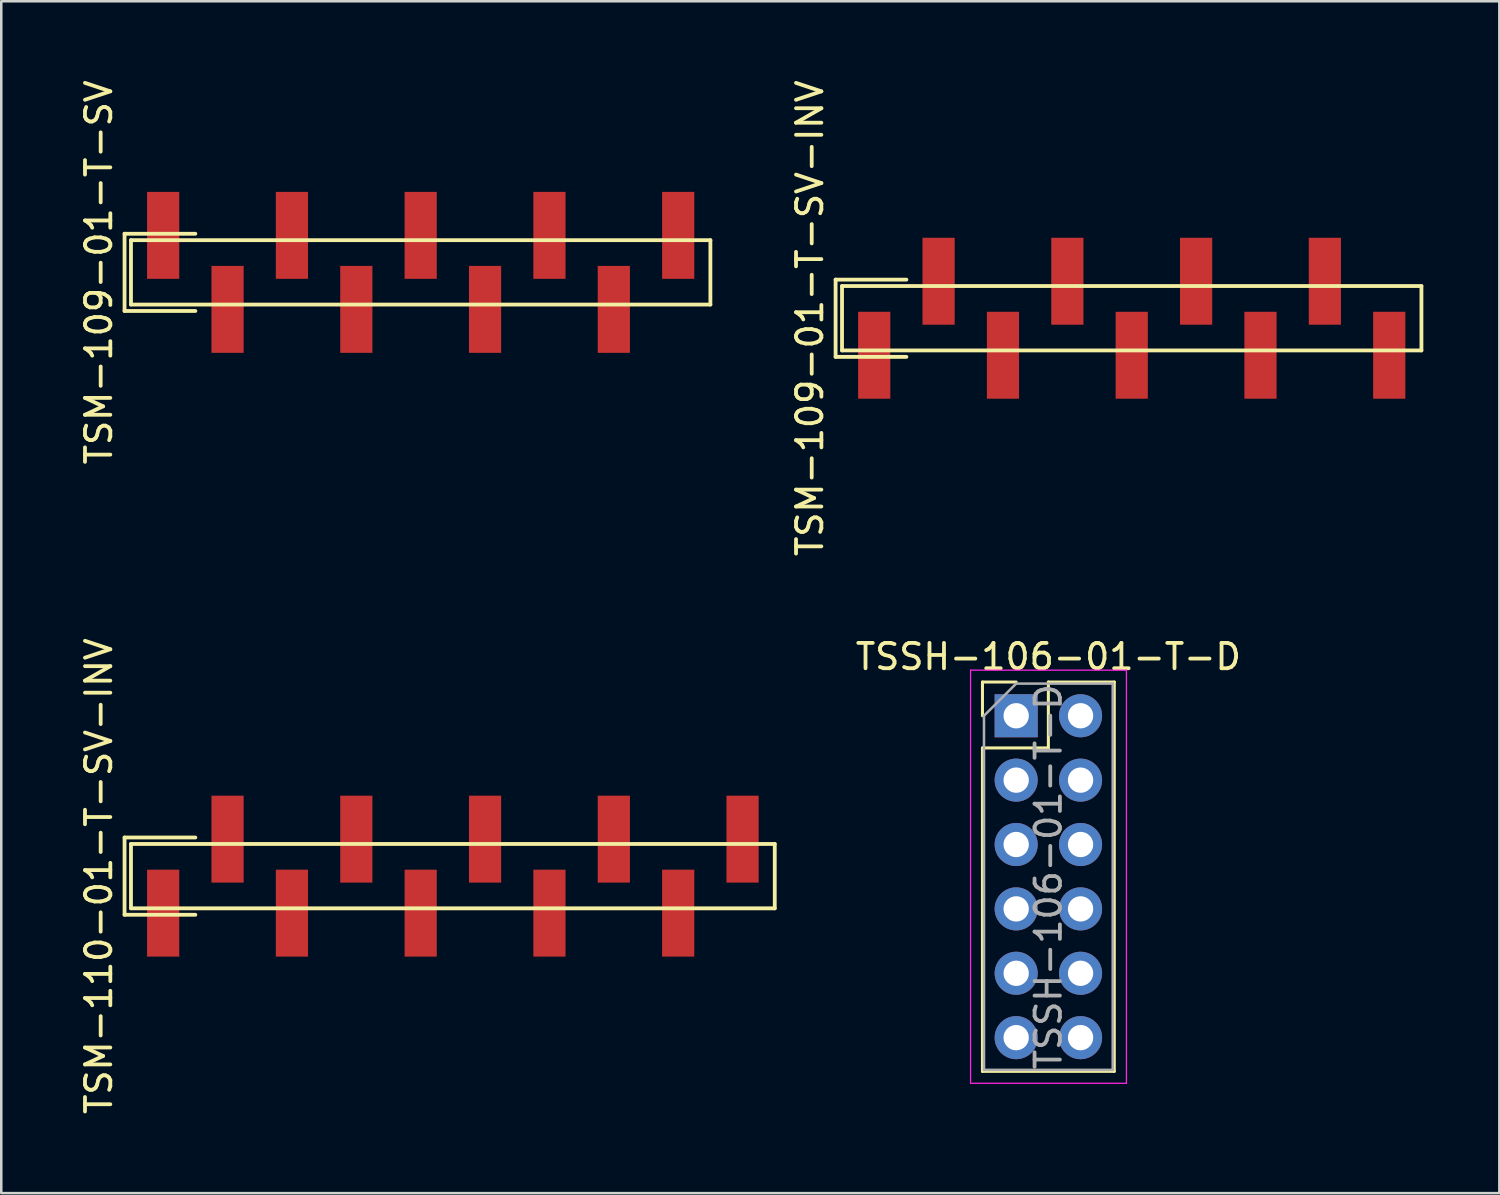
<source format=kicad_pcb>
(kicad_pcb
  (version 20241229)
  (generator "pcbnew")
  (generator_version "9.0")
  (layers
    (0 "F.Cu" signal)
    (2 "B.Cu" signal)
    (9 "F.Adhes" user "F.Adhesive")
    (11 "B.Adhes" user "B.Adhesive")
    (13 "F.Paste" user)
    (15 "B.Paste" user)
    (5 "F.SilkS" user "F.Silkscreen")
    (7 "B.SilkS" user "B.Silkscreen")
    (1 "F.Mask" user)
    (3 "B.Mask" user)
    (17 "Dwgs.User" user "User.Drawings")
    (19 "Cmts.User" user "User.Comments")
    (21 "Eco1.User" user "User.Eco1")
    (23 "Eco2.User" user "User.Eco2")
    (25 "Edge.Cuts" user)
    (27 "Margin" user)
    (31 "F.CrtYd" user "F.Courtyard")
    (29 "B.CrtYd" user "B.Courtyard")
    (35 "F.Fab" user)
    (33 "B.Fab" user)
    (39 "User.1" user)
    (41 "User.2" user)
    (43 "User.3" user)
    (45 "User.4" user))
  (footprint "TSM-109-01-T-SV-INV"
    (layer "F.Cu")
    (at 31.442 9.506)
    (property "Reference" "TSM-109-01-T-SV-INV" (at -2.54 0 90) (layer "F.SilkS") (effects (font (size 1 1) (thickness 0.15))))
    (attr through_hole)
    (fp_line (start -1.524 -1.524) (end -1.524 1.524) (stroke (width 0.15) (type solid)) (layer "F.SilkS"))
    (fp_line (start -1.524 1.524) (end 1.27 1.524) (stroke (width 0.15) (type solid)) (layer "F.SilkS"))
    (fp_line (start -1.27 -1.27) (end -1.27 1.27) (stroke (width 0.15) (type solid)) (layer "F.SilkS"))
    (fp_line (start -1.27 1.27) (end 21.59 1.27) (stroke (width 0.15) (type solid)) (layer "F.SilkS"))
    (fp_line (start 1.27 -1.524) (end -1.524 -1.524) (stroke (width 0.15) (type solid)) (layer "F.SilkS"))
    (fp_line (start 21.59 -1.27) (end -1.27 -1.27) (stroke (width 0.15) (type solid)) (layer "F.SilkS"))
    (fp_line (start 21.59 1.27) (end 21.59 -1.27) (stroke (width 0.15) (type solid)) (layer "F.SilkS"))
    (pad "1" smd rect (at 0 1.46) (size 1.27 3.43) (layers "F.Cu" "F.Mask" "F.Paste"))
    (pad "2" smd rect (at 2.54 -1.46) (size 1.27 3.43) (layers "F.Cu" "F.Mask" "F.Paste"))
    (pad "3" smd rect (at 5.08 1.46) (size 1.27 3.43) (layers "F.Cu" "F.Mask" "F.Paste"))
    (pad "4" smd rect (at 7.62 -1.46) (size 1.27 3.43) (layers "F.Cu" "F.Mask" "F.Paste"))
    (pad "5" smd rect (at 10.16 1.46) (size 1.27 3.43) (layers "F.Cu" "F.Mask" "F.Paste"))
    (pad "6" smd rect (at 12.7 -1.46) (size 1.27 3.43) (layers "F.Cu" "F.Mask" "F.Paste"))
    (pad "7" smd rect (at 15.24 1.46) (size 1.27 3.43) (layers "F.Cu" "F.Mask" "F.Paste"))
    (pad "8" smd rect (at 17.78 -1.46) (size 1.27 3.43) (layers "F.Cu" "F.Mask" "F.Paste"))
    (pad "9" smd rect (at 20.32 1.46) (size 1.27 3.43) (layers "F.Cu" "F.Mask" "F.Paste")))
  (footprint "TSSH-106-01-T-D"
    (layer "F.Cu")
    (at 37.043 25.19)
    (property "Reference" "TSSH-106-01-T-D" (at 1.27 -2.33 0) (layer "F.SilkS") (effects (font (size 1 1) (thickness 0.15))))
    (attr through_hole)
    (fp_line (start -1.33 -1.33) (end 0 -1.33) (stroke (width 0.12) (type solid)) (layer "F.SilkS"))
    (fp_line (start -1.33 0) (end -1.33 -1.33) (stroke (width 0.12) (type solid)) (layer "F.SilkS"))
    (fp_line (start -1.33 1.27) (end -1.33 14.03) (stroke (width 0.12) (type solid)) (layer "F.SilkS"))
    (fp_line (start -1.33 1.27) (end 1.27 1.27) (stroke (width 0.12) (type solid)) (layer "F.SilkS"))
    (fp_line (start -1.33 14.03) (end 3.87 14.03) (stroke (width 0.12) (type solid)) (layer "F.SilkS"))
    (fp_line (start 1.27 -1.33) (end 3.87 -1.33) (stroke (width 0.12) (type solid)) (layer "F.SilkS"))
    (fp_line (start 1.27 1.27) (end 1.27 -1.33) (stroke (width 0.12) (type solid)) (layer "F.SilkS"))
    (fp_line (start 3.87 -1.33) (end 3.87 14.03) (stroke (width 0.12) (type solid)) (layer "F.SilkS"))
    (fp_line (start -1.8 -1.8) (end -1.8 14.5) (stroke (width 0.05) (type solid)) (layer "F.CrtYd"))
    (fp_line (start -1.8 14.5) (end 4.35 14.5) (stroke (width 0.05) (type solid)) (layer "F.CrtYd"))
    (fp_line (start 4.35 -1.8) (end -1.8 -1.8) (stroke (width 0.05) (type solid)) (layer "F.CrtYd"))
    (fp_line (start 4.35 14.5) (end 4.35 -1.8) (stroke (width 0.05) (type solid)) (layer "F.CrtYd"))
    (fp_line (start -1.27 0) (end 0 -1.27) (stroke (width 0.1) (type solid)) (layer "F.Fab"))
    (fp_line (start -1.27 13.97) (end -1.27 0) (stroke (width 0.1) (type solid)) (layer "F.Fab"))
    (fp_line (start 0 -1.27) (end 3.81 -1.27) (stroke (width 0.1) (type solid)) (layer "F.Fab"))
    (fp_line (start 3.81 -1.27) (end 3.81 13.97) (stroke (width 0.1) (type solid)) (layer "F.Fab"))
    (fp_line (start 3.81 13.97) (end -1.27 13.97) (stroke (width 0.1) (type solid)) (layer "F.Fab"))
    (fp_text user "${REFERENCE}" (at 1.27 6.35 90) (layer "F.Fab") (effects (font (size 1 1) (thickness 0.15))))
    (pad "1" thru_hole rect (at 0 0) (size 1.7 1.7) (drill 1) (layers "*.Cu" "*.Mask"))
    (pad "2" thru_hole oval (at 2.54 0) (size 1.7 1.7) (drill 1) (layers "*.Cu" "*.Mask"))
    (pad "3" thru_hole oval (at 0 2.54) (size 1.7 1.7) (drill 1) (layers "*.Cu" "*.Mask"))
    (pad "4" thru_hole oval (at 2.54 2.54) (size 1.7 1.7) (drill 1) (layers "*.Cu" "*.Mask"))
    (pad "5" thru_hole oval (at 0 5.08) (size 1.7 1.7) (drill 1) (layers "*.Cu" "*.Mask"))
    (pad "6" thru_hole oval (at 2.54 5.08) (size 1.7 1.7) (drill 1) (layers "*.Cu" "*.Mask"))
    (pad "7" thru_hole oval (at 0 7.62) (size 1.7 1.7) (drill 1) (layers "*.Cu" "*.Mask"))
    (pad "8" thru_hole oval (at 2.54 7.62) (size 1.7 1.7) (drill 1) (layers "*.Cu" "*.Mask"))
    (pad "9" thru_hole oval (at 0 10.16) (size 1.7 1.7) (drill 1) (layers "*.Cu" "*.Mask"))
    (pad "10" thru_hole oval (at 2.54 10.16) (size 1.7 1.7) (drill 1) (layers "*.Cu" "*.Mask"))
    (pad "11" thru_hole oval (at 0 12.7) (size 1.7 1.7) (drill 1) (layers "*.Cu" "*.Mask"))
    (pad "12" thru_hole oval (at 2.54 12.7) (size 1.7 1.7) (drill 1) (layers "*.Cu" "*.Mask")))
  (footprint "TSM-110-01-T-SV-INV"
    (layer "F.Cu")
    (at 3.388 31.518)
    (property "Reference" "TSM-110-01-T-SV-INV" (at -2.54 0 90) (layer "F.SilkS") (effects (font (size 1 1) (thickness 0.15))))
    (attr through_hole)
    (fp_line (start -1.524 -1.524) (end -1.524 1.524) (stroke (width 0.15) (type solid)) (layer "F.SilkS"))
    (fp_line (start -1.524 1.524) (end 1.27 1.524) (stroke (width 0.15) (type solid)) (layer "F.SilkS"))
    (fp_line (start -1.27 -1.27) (end -1.27 1.27) (stroke (width 0.15) (type solid)) (layer "F.SilkS"))
    (fp_line (start -1.27 1.27) (end 24.13 1.27) (stroke (width 0.15) (type solid)) (layer "F.SilkS"))
    (fp_line (start 1.27 -1.524) (end -1.524 -1.524) (stroke (width 0.15) (type solid)) (layer "F.SilkS"))
    (fp_line (start 24.13 -1.27) (end -1.27 -1.27) (stroke (width 0.15) (type solid)) (layer "F.SilkS"))
    (fp_line (start 24.13 1.27) (end 24.13 -1.27) (stroke (width 0.15) (type solid)) (layer "F.SilkS"))
    (pad "1" smd rect (at 0 1.46) (size 1.27 3.43) (layers "F.Cu" "F.Mask" "F.Paste"))
    (pad "2" smd rect (at 2.54 -1.46) (size 1.27 3.43) (layers "F.Cu" "F.Mask" "F.Paste"))
    (pad "3" smd rect (at 5.08 1.46) (size 1.27 3.43) (layers "F.Cu" "F.Mask" "F.Paste"))
    (pad "4" smd rect (at 7.62 -1.46) (size 1.27 3.43) (layers "F.Cu" "F.Mask" "F.Paste"))
    (pad "5" smd rect (at 10.16 1.46) (size 1.27 3.43) (layers "F.Cu" "F.Mask" "F.Paste"))
    (pad "6" smd rect (at 12.7 -1.46) (size 1.27 3.43) (layers "F.Cu" "F.Mask" "F.Paste"))
    (pad "7" smd rect (at 15.24 1.46) (size 1.27 3.43) (layers "F.Cu" "F.Mask" "F.Paste"))
    (pad "8" smd rect (at 17.78 -1.46) (size 1.27 3.43) (layers "F.Cu" "F.Mask" "F.Paste"))
    (pad "9" smd rect (at 20.32 1.46) (size 1.27 3.43) (layers "F.Cu" "F.Mask" "F.Paste"))
    (pad "10" smd rect (at 22.86 -1.46) (size 1.27 3.43) (layers "F.Cu" "F.Mask" "F.Paste")))
  (footprint "TSM-109-01-T-SV"
    (layer "F.Cu")
    (at 3.388 7.696)
    (property "Reference" "TSM-109-01-T-SV" (at -2.54 0 90) (layer "F.SilkS") (effects (font (size 1 1) (thickness 0.15))))
    (attr through_hole)
    (fp_line (start -1.524 -1.524) (end -1.524 1.524) (stroke (width 0.15) (type solid)) (layer "F.SilkS"))
    (fp_line (start -1.524 1.524) (end 1.27 1.524) (stroke (width 0.15) (type solid)) (layer "F.SilkS"))
    (fp_line (start -1.27 -1.27) (end -1.27 1.27) (stroke (width 0.15) (type solid)) (layer "F.SilkS"))
    (fp_line (start -1.27 1.27) (end 21.59 1.27) (stroke (width 0.15) (type solid)) (layer "F.SilkS"))
    (fp_line (start 1.27 -1.524) (end -1.524 -1.524) (stroke (width 0.15) (type solid)) (layer "F.SilkS"))
    (fp_line (start 21.59 -1.27) (end -1.27 -1.27) (stroke (width 0.15) (type solid)) (layer "F.SilkS"))
    (fp_line (start 21.59 1.27) (end 21.59 -1.27) (stroke (width 0.15) (type solid)) (layer "F.SilkS"))
    (pad "1" smd rect (at 0 -1.46) (size 1.27 3.43) (layers "F.Cu" "F.Mask" "F.Paste"))
    (pad "2" smd rect (at 2.54 1.46) (size 1.27 3.43) (layers "F.Cu" "F.Mask" "F.Paste"))
    (pad "3" smd rect (at 5.08 -1.46) (size 1.27 3.43) (layers "F.Cu" "F.Mask" "F.Paste"))
    (pad "4" smd rect (at 7.62 1.46) (size 1.27 3.43) (layers "F.Cu" "F.Mask" "F.Paste"))
    (pad "5" smd rect (at 10.16 -1.46) (size 1.27 3.43) (layers "F.Cu" "F.Mask" "F.Paste"))
    (pad "6" smd rect (at 12.7 1.46) (size 1.27 3.43) (layers "F.Cu" "F.Mask" "F.Paste"))
    (pad "7" smd rect (at 15.24 -1.46) (size 1.27 3.43) (layers "F.Cu" "F.Mask" "F.Paste"))
    (pad "8" smd rect (at 17.78 1.46) (size 1.27 3.43) (layers "F.Cu" "F.Mask" "F.Paste"))
    (pad "9" smd rect (at 20.32 -1.46) (size 1.27 3.43) (layers "F.Cu" "F.Mask" "F.Paste")))
  (gr_rect
    (start -3 -3)
    (end 56.106 44.024)
    (stroke (width 0.1) (type default))
    (fill no)
    (layer "Edge.Cuts")))
</source>
